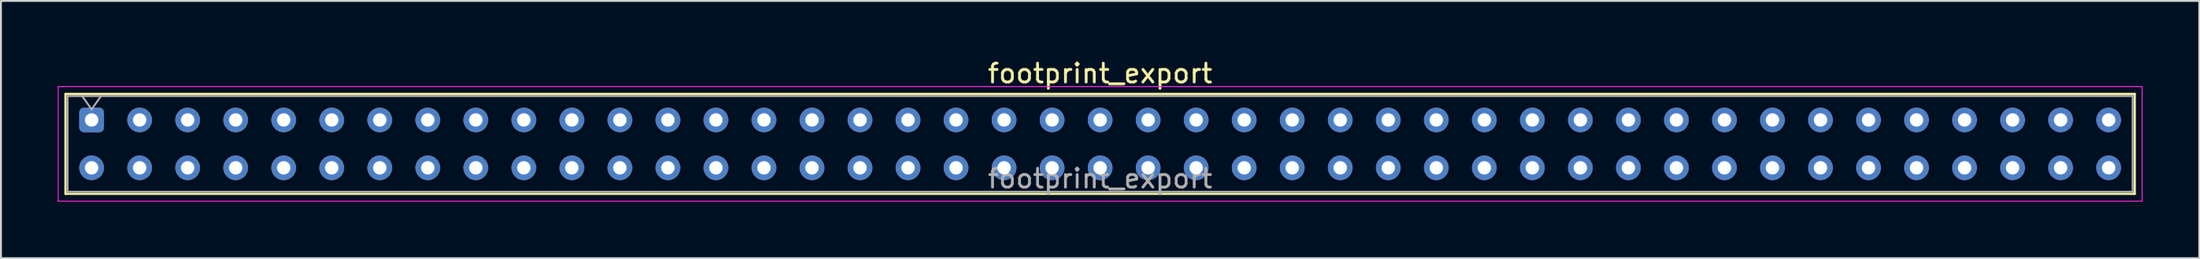
<source format=kicad_pcb>
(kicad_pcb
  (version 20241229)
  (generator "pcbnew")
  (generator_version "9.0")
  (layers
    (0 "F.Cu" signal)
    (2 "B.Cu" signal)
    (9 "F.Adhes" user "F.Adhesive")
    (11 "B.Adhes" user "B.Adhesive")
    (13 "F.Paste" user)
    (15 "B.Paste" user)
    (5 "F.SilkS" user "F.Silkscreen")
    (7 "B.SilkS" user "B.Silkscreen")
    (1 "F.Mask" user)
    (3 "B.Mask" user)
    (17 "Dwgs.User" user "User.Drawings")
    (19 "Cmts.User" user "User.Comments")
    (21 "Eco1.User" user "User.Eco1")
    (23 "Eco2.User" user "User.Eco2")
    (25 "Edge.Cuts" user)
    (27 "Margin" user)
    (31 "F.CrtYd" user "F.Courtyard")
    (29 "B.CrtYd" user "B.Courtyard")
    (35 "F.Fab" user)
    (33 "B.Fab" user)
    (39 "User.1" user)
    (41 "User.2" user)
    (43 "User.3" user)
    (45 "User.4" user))
  (footprint "footprint_export"
    (layer "F.Cu")
    (at 1.795 3.318)
    (property "Reference" "footprint_export" (at 53.34 -2.47 0) (layer "F.SilkS") (effects (font (size 1 1) (thickness 0.15))))
    (attr through_hole)
    (fp_line (start -1.38 -1.38) (end 108.06 -1.38) (stroke (width 0.12) (type solid)) (layer "F.SilkS"))
    (fp_line (start -1.38 3.92) (end -1.38 -1.38) (stroke (width 0.12) (type solid)) (layer "F.SilkS"))
    (fp_line (start 108.06 -1.38) (end 108.06 3.92) (stroke (width 0.12) (type solid)) (layer "F.SilkS"))
    (fp_line (start 108.06 3.92) (end -1.38 3.92) (stroke (width 0.12) (type solid)) (layer "F.SilkS"))
    (fp_line (start -1.77 -1.77) (end 108.45 -1.77) (stroke (width 0.05) (type solid)) (layer "F.CrtYd"))
    (fp_line (start -1.77 4.31) (end -1.77 -1.77) (stroke (width 0.05) (type solid)) (layer "F.CrtYd"))
    (fp_line (start 108.45 -1.77) (end 108.45 4.31) (stroke (width 0.05) (type solid)) (layer "F.CrtYd"))
    (fp_line (start 108.45 4.31) (end -1.77 4.31) (stroke (width 0.05) (type solid)) (layer "F.CrtYd"))
    (fp_line (start -1.27 -1.27) (end 107.95 -1.27) (stroke (width 0.1) (type solid)) (layer "F.Fab"))
    (fp_line (start -1.27 3.81) (end -1.27 -1.27) (stroke (width 0.1) (type solid)) (layer "F.Fab"))
    (fp_line (start -0.5 -1.27) (end 0 -0.563) (stroke (width 0.1) (type solid)) (layer "F.Fab"))
    (fp_line (start 0 -0.563) (end 0.5 -1.27) (stroke (width 0.1) (type solid)) (layer "F.Fab"))
    (fp_line (start 107.95 -1.27) (end 107.95 3.81) (stroke (width 0.1) (type solid)) (layer "F.Fab"))
    (fp_line (start 107.95 3.81) (end -1.27 3.81) (stroke (width 0.1) (type solid)) (layer "F.Fab"))
    (fp_text user "${REFERENCE}" (at 53.34 3.11 0) (layer "F.Fab") (effects (font (size 1 1) (thickness 0.15))))
    (pad "1" thru_hole roundrect (at 0 0) (size 1.31 1.31) (drill 0.71) (layers "*.Cu" "*.Mask") (roundrect_rratio 0.191))
    (pad "2" thru_hole circle (at 0 2.54) (size 1.31 1.31) (drill 0.71) (layers "*.Cu" "*.Mask"))
    (pad "3" thru_hole circle (at 2.54 0) (size 1.31 1.31) (drill 0.71) (layers "*.Cu" "*.Mask"))
    (pad "4" thru_hole circle (at 2.54 2.54) (size 1.31 1.31) (drill 0.71) (layers "*.Cu" "*.Mask"))
    (pad "5" thru_hole circle (at 5.08 0) (size 1.31 1.31) (drill 0.71) (layers "*.Cu" "*.Mask"))
    (pad "6" thru_hole circle (at 5.08 2.54) (size 1.31 1.31) (drill 0.71) (layers "*.Cu" "*.Mask"))
    (pad "7" thru_hole circle (at 7.62 0) (size 1.31 1.31) (drill 0.71) (layers "*.Cu" "*.Mask"))
    (pad "8" thru_hole circle (at 7.62 2.54) (size 1.31 1.31) (drill 0.71) (layers "*.Cu" "*.Mask"))
    (pad "9" thru_hole circle (at 10.16 0) (size 1.31 1.31) (drill 0.71) (layers "*.Cu" "*.Mask"))
    (pad "10" thru_hole circle (at 10.16 2.54) (size 1.31 1.31) (drill 0.71) (layers "*.Cu" "*.Mask"))
    (pad "11" thru_hole circle (at 12.7 0) (size 1.31 1.31) (drill 0.71) (layers "*.Cu" "*.Mask"))
    (pad "12" thru_hole circle (at 12.7 2.54) (size 1.31 1.31) (drill 0.71) (layers "*.Cu" "*.Mask"))
    (pad "13" thru_hole circle (at 15.24 0) (size 1.31 1.31) (drill 0.71) (layers "*.Cu" "*.Mask"))
    (pad "14" thru_hole circle (at 15.24 2.54) (size 1.31 1.31) (drill 0.71) (layers "*.Cu" "*.Mask"))
    (pad "15" thru_hole circle (at 17.78 0) (size 1.31 1.31) (drill 0.71) (layers "*.Cu" "*.Mask"))
    (pad "16" thru_hole circle (at 17.78 2.54) (size 1.31 1.31) (drill 0.71) (layers "*.Cu" "*.Mask"))
    (pad "17" thru_hole circle (at 20.32 0) (size 1.31 1.31) (drill 0.71) (layers "*.Cu" "*.Mask"))
    (pad "18" thru_hole circle (at 20.32 2.54) (size 1.31 1.31) (drill 0.71) (layers "*.Cu" "*.Mask"))
    (pad "19" thru_hole circle (at 22.86 0) (size 1.31 1.31) (drill 0.71) (layers "*.Cu" "*.Mask"))
    (pad "20" thru_hole circle (at 22.86 2.54) (size 1.31 1.31) (drill 0.71) (layers "*.Cu" "*.Mask"))
    (pad "21" thru_hole circle (at 25.4 0) (size 1.31 1.31) (drill 0.71) (layers "*.Cu" "*.Mask"))
    (pad "22" thru_hole circle (at 25.4 2.54) (size 1.31 1.31) (drill 0.71) (layers "*.Cu" "*.Mask"))
    (pad "23" thru_hole circle (at 27.94 0) (size 1.31 1.31) (drill 0.71) (layers "*.Cu" "*.Mask"))
    (pad "24" thru_hole circle (at 27.94 2.54) (size 1.31 1.31) (drill 0.71) (layers "*.Cu" "*.Mask"))
    (pad "25" thru_hole circle (at 30.48 0) (size 1.31 1.31) (drill 0.71) (layers "*.Cu" "*.Mask"))
    (pad "26" thru_hole circle (at 30.48 2.54) (size 1.31 1.31) (drill 0.71) (layers "*.Cu" "*.Mask"))
    (pad "27" thru_hole circle (at 33.02 0) (size 1.31 1.31) (drill 0.71) (layers "*.Cu" "*.Mask"))
    (pad "28" thru_hole circle (at 33.02 2.54) (size 1.31 1.31) (drill 0.71) (layers "*.Cu" "*.Mask"))
    (pad "29" thru_hole circle (at 35.56 0) (size 1.31 1.31) (drill 0.71) (layers "*.Cu" "*.Mask"))
    (pad "30" thru_hole circle (at 35.56 2.54) (size 1.31 1.31) (drill 0.71) (layers "*.Cu" "*.Mask"))
    (pad "31" thru_hole circle (at 38.1 0) (size 1.31 1.31) (drill 0.71) (layers "*.Cu" "*.Mask"))
    (pad "32" thru_hole circle (at 38.1 2.54) (size 1.31 1.31) (drill 0.71) (layers "*.Cu" "*.Mask"))
    (pad "33" thru_hole circle (at 40.64 0) (size 1.31 1.31) (drill 0.71) (layers "*.Cu" "*.Mask"))
    (pad "34" thru_hole circle (at 40.64 2.54) (size 1.31 1.31) (drill 0.71) (layers "*.Cu" "*.Mask"))
    (pad "35" thru_hole circle (at 43.18 0) (size 1.31 1.31) (drill 0.71) (layers "*.Cu" "*.Mask"))
    (pad "36" thru_hole circle (at 43.18 2.54) (size 1.31 1.31) (drill 0.71) (layers "*.Cu" "*.Mask"))
    (pad "37" thru_hole circle (at 45.72 0) (size 1.31 1.31) (drill 0.71) (layers "*.Cu" "*.Mask"))
    (pad "38" thru_hole circle (at 45.72 2.54) (size 1.31 1.31) (drill 0.71) (layers "*.Cu" "*.Mask"))
    (pad "39" thru_hole circle (at 48.26 0) (size 1.31 1.31) (drill 0.71) (layers "*.Cu" "*.Mask"))
    (pad "40" thru_hole circle (at 48.26 2.54) (size 1.31 1.31) (drill 0.71) (layers "*.Cu" "*.Mask"))
    (pad "41" thru_hole circle (at 50.8 0) (size 1.31 1.31) (drill 0.71) (layers "*.Cu" "*.Mask"))
    (pad "42" thru_hole circle (at 50.8 2.54) (size 1.31 1.31) (drill 0.71) (layers "*.Cu" "*.Mask"))
    (pad "43" thru_hole circle (at 53.34 0) (size 1.31 1.31) (drill 0.71) (layers "*.Cu" "*.Mask"))
    (pad "44" thru_hole circle (at 53.34 2.54) (size 1.31 1.31) (drill 0.71) (layers "*.Cu" "*.Mask"))
    (pad "45" thru_hole circle (at 55.88 0) (size 1.31 1.31) (drill 0.71) (layers "*.Cu" "*.Mask"))
    (pad "46" thru_hole circle (at 55.88 2.54) (size 1.31 1.31) (drill 0.71) (layers "*.Cu" "*.Mask"))
    (pad "47" thru_hole circle (at 58.42 0) (size 1.31 1.31) (drill 0.71) (layers "*.Cu" "*.Mask"))
    (pad "48" thru_hole circle (at 58.42 2.54) (size 1.31 1.31) (drill 0.71) (layers "*.Cu" "*.Mask"))
    (pad "49" thru_hole circle (at 60.96 0) (size 1.31 1.31) (drill 0.71) (layers "*.Cu" "*.Mask"))
    (pad "50" thru_hole circle (at 60.96 2.54) (size 1.31 1.31) (drill 0.71) (layers "*.Cu" "*.Mask"))
    (pad "51" thru_hole circle (at 63.5 0) (size 1.31 1.31) (drill 0.71) (layers "*.Cu" "*.Mask"))
    (pad "52" thru_hole circle (at 63.5 2.54) (size 1.31 1.31) (drill 0.71) (layers "*.Cu" "*.Mask"))
    (pad "53" thru_hole circle (at 66.04 0) (size 1.31 1.31) (drill 0.71) (layers "*.Cu" "*.Mask"))
    (pad "54" thru_hole circle (at 66.04 2.54) (size 1.31 1.31) (drill 0.71) (layers "*.Cu" "*.Mask"))
    (pad "55" thru_hole circle (at 68.58 0) (size 1.31 1.31) (drill 0.71) (layers "*.Cu" "*.Mask"))
    (pad "56" thru_hole circle (at 68.58 2.54) (size 1.31 1.31) (drill 0.71) (layers "*.Cu" "*.Mask"))
    (pad "57" thru_hole circle (at 71.12 0) (size 1.31 1.31) (drill 0.71) (layers "*.Cu" "*.Mask"))
    (pad "58" thru_hole circle (at 71.12 2.54) (size 1.31 1.31) (drill 0.71) (layers "*.Cu" "*.Mask"))
    (pad "59" thru_hole circle (at 73.66 0) (size 1.31 1.31) (drill 0.71) (layers "*.Cu" "*.Mask"))
    (pad "60" thru_hole circle (at 73.66 2.54) (size 1.31 1.31) (drill 0.71) (layers "*.Cu" "*.Mask"))
    (pad "61" thru_hole circle (at 76.2 0) (size 1.31 1.31) (drill 0.71) (layers "*.Cu" "*.Mask"))
    (pad "62" thru_hole circle (at 76.2 2.54) (size 1.31 1.31) (drill 0.71) (layers "*.Cu" "*.Mask"))
    (pad "63" thru_hole circle (at 78.74 0) (size 1.31 1.31) (drill 0.71) (layers "*.Cu" "*.Mask"))
    (pad "64" thru_hole circle (at 78.74 2.54) (size 1.31 1.31) (drill 0.71) (layers "*.Cu" "*.Mask"))
    (pad "65" thru_hole circle (at 81.28 0) (size 1.31 1.31) (drill 0.71) (layers "*.Cu" "*.Mask"))
    (pad "66" thru_hole circle (at 81.28 2.54) (size 1.31 1.31) (drill 0.71) (layers "*.Cu" "*.Mask"))
    (pad "67" thru_hole circle (at 83.82 0) (size 1.31 1.31) (drill 0.71) (layers "*.Cu" "*.Mask"))
    (pad "68" thru_hole circle (at 83.82 2.54) (size 1.31 1.31) (drill 0.71) (layers "*.Cu" "*.Mask"))
    (pad "69" thru_hole circle (at 86.36 0) (size 1.31 1.31) (drill 0.71) (layers "*.Cu" "*.Mask"))
    (pad "70" thru_hole circle (at 86.36 2.54) (size 1.31 1.31) (drill 0.71) (layers "*.Cu" "*.Mask"))
    (pad "71" thru_hole circle (at 88.9 0) (size 1.31 1.31) (drill 0.71) (layers "*.Cu" "*.Mask"))
    (pad "72" thru_hole circle (at 88.9 2.54) (size 1.31 1.31) (drill 0.71) (layers "*.Cu" "*.Mask"))
    (pad "73" thru_hole circle (at 91.44 0) (size 1.31 1.31) (drill 0.71) (layers "*.Cu" "*.Mask"))
    (pad "74" thru_hole circle (at 91.44 2.54) (size 1.31 1.31) (drill 0.71) (layers "*.Cu" "*.Mask"))
    (pad "75" thru_hole circle (at 93.98 0) (size 1.31 1.31) (drill 0.71) (layers "*.Cu" "*.Mask"))
    (pad "76" thru_hole circle (at 93.98 2.54) (size 1.31 1.31) (drill 0.71) (layers "*.Cu" "*.Mask"))
    (pad "77" thru_hole circle (at 96.52 0) (size 1.31 1.31) (drill 0.71) (layers "*.Cu" "*.Mask"))
    (pad "78" thru_hole circle (at 96.52 2.54) (size 1.31 1.31) (drill 0.71) (layers "*.Cu" "*.Mask"))
    (pad "79" thru_hole circle (at 99.06 0) (size 1.31 1.31) (drill 0.71) (layers "*.Cu" "*.Mask"))
    (pad "80" thru_hole circle (at 99.06 2.54) (size 1.31 1.31) (drill 0.71) (layers "*.Cu" "*.Mask"))
    (pad "81" thru_hole circle (at 101.6 0) (size 1.31 1.31) (drill 0.71) (layers "*.Cu" "*.Mask"))
    (pad "82" thru_hole circle (at 101.6 2.54) (size 1.31 1.31) (drill 0.71) (layers "*.Cu" "*.Mask"))
    (pad "83" thru_hole circle (at 104.14 0) (size 1.31 1.31) (drill 0.71) (layers "*.Cu" "*.Mask"))
    (pad "84" thru_hole circle (at 104.14 2.54) (size 1.31 1.31) (drill 0.71) (layers "*.Cu" "*.Mask"))
    (pad "85" thru_hole circle (at 106.68 0) (size 1.31 1.31) (drill 0.71) (layers "*.Cu" "*.Mask"))
    (pad "86" thru_hole circle (at 106.68 2.54) (size 1.31 1.31) (drill 0.71) (layers "*.Cu" "*.Mask")))
  (gr_rect
    (start -3 -3)
    (end 113.27 10.653)
    (stroke (width 0.1) (type default))
    (fill no)
    (layer "Edge.Cuts")))
</source>
